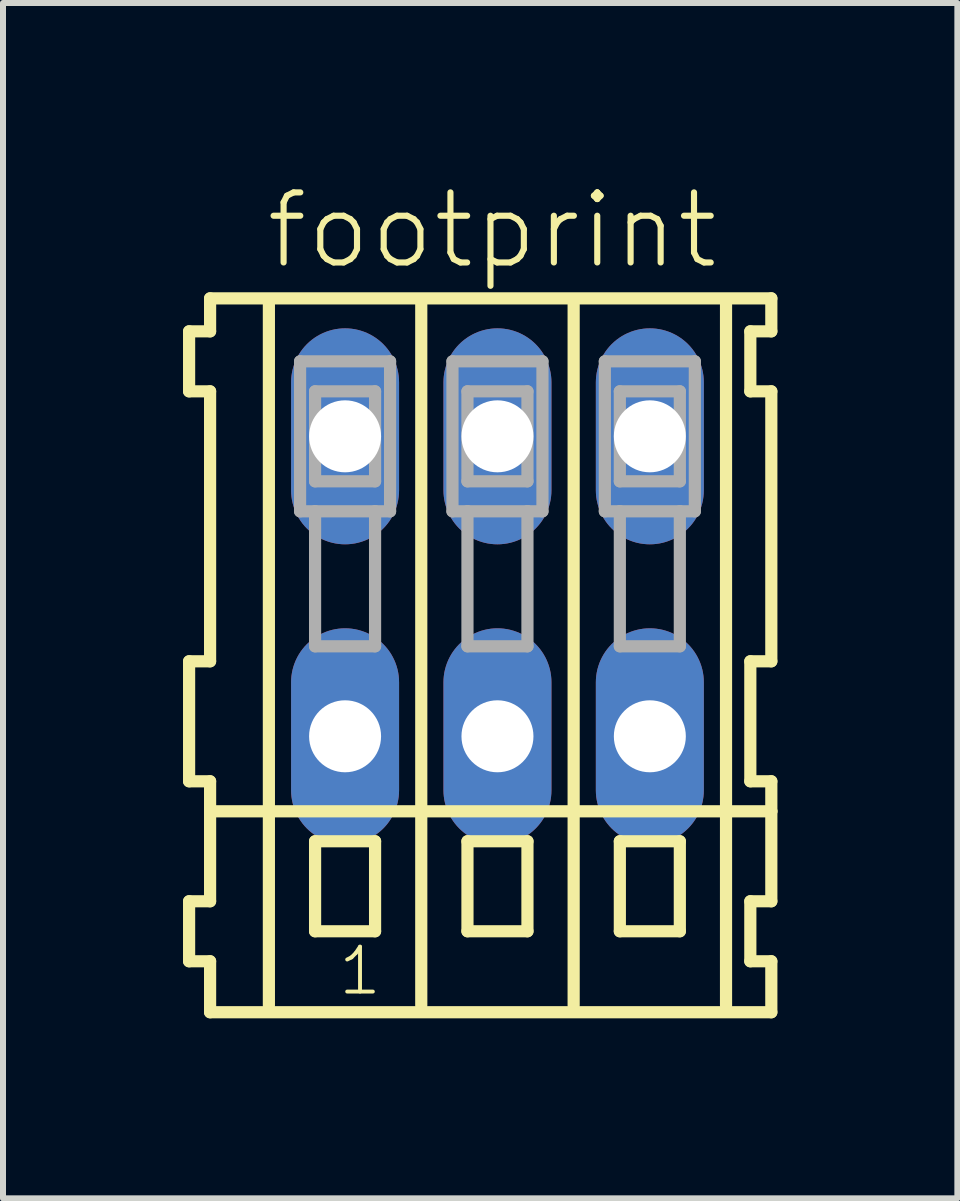
<source format=kicad_pcb>
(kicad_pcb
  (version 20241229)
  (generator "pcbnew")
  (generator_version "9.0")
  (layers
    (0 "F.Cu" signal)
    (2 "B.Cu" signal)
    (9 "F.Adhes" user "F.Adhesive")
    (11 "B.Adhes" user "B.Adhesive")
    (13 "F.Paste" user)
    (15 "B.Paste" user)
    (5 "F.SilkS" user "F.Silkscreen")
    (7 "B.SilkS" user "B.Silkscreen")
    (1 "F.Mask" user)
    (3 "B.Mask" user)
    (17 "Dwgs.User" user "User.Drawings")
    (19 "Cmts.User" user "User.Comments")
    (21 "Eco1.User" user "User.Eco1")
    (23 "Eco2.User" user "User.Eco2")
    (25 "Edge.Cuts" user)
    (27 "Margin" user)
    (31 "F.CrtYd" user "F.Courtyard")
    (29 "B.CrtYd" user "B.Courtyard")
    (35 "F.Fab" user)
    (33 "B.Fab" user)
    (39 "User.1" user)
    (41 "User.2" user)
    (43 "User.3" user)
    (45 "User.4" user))
  (footprint "footprint"
    (layer "F.Cu")
    (at 5.242 6.723)
    (property "Reference" "footprint" (at -3.91 -5.25 0) (layer "F.SilkS") (effects (font (size 1.168 1.168) (thickness 0.102)) (justify left bottom)))
    (fp_line (start -5.14 -4.25) (end -5.14 -3.25) (stroke (width 0.203) (type solid)) (layer "F.SilkS"))
    (fp_line (start -5.14 -3.25) (end -4.79 -3.25) (stroke (width 0.203) (type solid)) (layer "F.SilkS"))
    (fp_line (start -5.14 1.25) (end -5.14 3.25) (stroke (width 0.203) (type solid)) (layer "F.SilkS"))
    (fp_line (start -5.14 3.25) (end -4.79 3.25) (stroke (width 0.203) (type solid)) (layer "F.SilkS"))
    (fp_line (start -5.14 5.25) (end -5.14 6.25) (stroke (width 0.203) (type solid)) (layer "F.SilkS"))
    (fp_line (start -5.14 6.25) (end -4.79 6.25) (stroke (width 0.203) (type solid)) (layer "F.SilkS"))
    (fp_line (start -4.79 -4.8) (end -4.79 -4.25) (stroke (width 0.203) (type solid)) (layer "F.SilkS"))
    (fp_line (start -4.79 -4.25) (end -5.14 -4.25) (stroke (width 0.203) (type solid)) (layer "F.SilkS"))
    (fp_line (start -4.79 -3.25) (end -4.79 1.25) (stroke (width 0.203) (type solid)) (layer "F.SilkS"))
    (fp_line (start -4.79 1.25) (end -5.14 1.25) (stroke (width 0.203) (type solid)) (layer "F.SilkS"))
    (fp_line (start -4.79 3.25) (end -4.79 5.25) (stroke (width 0.203) (type solid)) (layer "F.SilkS"))
    (fp_line (start -4.79 3.75) (end 4.565 3.75) (stroke (width 0.203) (type solid)) (layer "F.SilkS"))
    (fp_line (start -4.79 5.25) (end -5.14 5.25) (stroke (width 0.203) (type solid)) (layer "F.SilkS"))
    (fp_line (start -4.79 6.25) (end -4.79 7.1) (stroke (width 0.203) (type solid)) (layer "F.SilkS"))
    (fp_line (start -4.79 7.1) (end 4.565 7.1) (stroke (width 0.203) (type solid)) (layer "F.SilkS"))
    (fp_line (start -3.81 6.985) (end -3.81 -4.699) (stroke (width 0.203) (type solid)) (layer "F.SilkS"))
    (fp_line (start -3.04 4.25) (end -3.04 5.75) (stroke (width 0.203) (type solid)) (layer "F.SilkS"))
    (fp_line (start -3.04 5.75) (end -2.04 5.75) (stroke (width 0.203) (type solid)) (layer "F.SilkS"))
    (fp_line (start -2.04 4.25) (end -3.04 4.25) (stroke (width 0.203) (type solid)) (layer "F.SilkS"))
    (fp_line (start -2.04 5.75) (end -2.04 4.25) (stroke (width 0.203) (type solid)) (layer "F.SilkS"))
    (fp_line (start -1.27 6.985) (end -1.27 -4.699) (stroke (width 0.203) (type solid)) (layer "F.SilkS"))
    (fp_line (start -0.5 4.25) (end -0.5 5.75) (stroke (width 0.203) (type solid)) (layer "F.SilkS"))
    (fp_line (start -0.5 5.75) (end 0.5 5.75) (stroke (width 0.203) (type solid)) (layer "F.SilkS"))
    (fp_line (start 0.5 4.25) (end -0.5 4.25) (stroke (width 0.203) (type solid)) (layer "F.SilkS"))
    (fp_line (start 0.5 5.75) (end 0.5 4.25) (stroke (width 0.203) (type solid)) (layer "F.SilkS"))
    (fp_line (start 1.27 6.985) (end 1.27 -4.699) (stroke (width 0.203) (type solid)) (layer "F.SilkS"))
    (fp_line (start 2.04 4.25) (end 2.04 5.75) (stroke (width 0.203) (type solid)) (layer "F.SilkS"))
    (fp_line (start 2.04 5.75) (end 3.04 5.75) (stroke (width 0.203) (type solid)) (layer "F.SilkS"))
    (fp_line (start 3.04 4.25) (end 2.04 4.25) (stroke (width 0.203) (type solid)) (layer "F.SilkS"))
    (fp_line (start 3.04 5.75) (end 3.04 4.25) (stroke (width 0.203) (type solid)) (layer "F.SilkS"))
    (fp_line (start 3.81 6.985) (end 3.81 -4.699) (stroke (width 0.203) (type solid)) (layer "F.SilkS"))
    (fp_line (start 4.215 -4.25) (end 4.215 -3.25) (stroke (width 0.203) (type solid)) (layer "F.SilkS"))
    (fp_line (start 4.215 -3.25) (end 4.565 -3.25) (stroke (width 0.203) (type solid)) (layer "F.SilkS"))
    (fp_line (start 4.215 1.25) (end 4.215 3.25) (stroke (width 0.203) (type solid)) (layer "F.SilkS"))
    (fp_line (start 4.215 3.25) (end 4.565 3.25) (stroke (width 0.203) (type solid)) (layer "F.SilkS"))
    (fp_line (start 4.215 5.25) (end 4.215 6.25) (stroke (width 0.203) (type solid)) (layer "F.SilkS"))
    (fp_line (start 4.215 6.25) (end 4.565 6.25) (stroke (width 0.203) (type solid)) (layer "F.SilkS"))
    (fp_line (start 4.565 -4.8) (end -4.79 -4.8) (stroke (width 0.203) (type solid)) (layer "F.SilkS"))
    (fp_line (start 4.565 -4.25) (end 4.215 -4.25) (stroke (width 0.203) (type solid)) (layer "F.SilkS"))
    (fp_line (start 4.565 -4.25) (end 4.565 -4.8) (stroke (width 0.203) (type solid)) (layer "F.SilkS"))
    (fp_line (start 4.565 1.25) (end 4.215 1.25) (stroke (width 0.203) (type solid)) (layer "F.SilkS"))
    (fp_line (start 4.565 1.25) (end 4.565 -3.25) (stroke (width 0.203) (type solid)) (layer "F.SilkS"))
    (fp_line (start 4.565 3.75) (end 4.565 3.25) (stroke (width 0.203) (type solid)) (layer "F.SilkS"))
    (fp_line (start 4.565 5.25) (end 4.215 5.25) (stroke (width 0.203) (type solid)) (layer "F.SilkS"))
    (fp_line (start 4.565 5.25) (end 4.565 3.75) (stroke (width 0.203) (type solid)) (layer "F.SilkS"))
    (fp_line (start 4.565 7.1) (end 4.565 6.25) (stroke (width 0.203) (type solid)) (layer "F.SilkS"))
    (fp_line (start -3.29 -3.75) (end -3.29 -1.25) (stroke (width 0.203) (type solid)) (layer "F.Fab"))
    (fp_line (start -3.29 -1.25) (end -3.04 -1.25) (stroke (width 0.203) (type solid)) (layer "F.Fab"))
    (fp_line (start -3.04 -3.25) (end -3.04 -1.75) (stroke (width 0.203) (type solid)) (layer "F.Fab"))
    (fp_line (start -3.04 -1.75) (end -2.04 -1.75) (stroke (width 0.203) (type solid)) (layer "F.Fab"))
    (fp_line (start -3.04 -1.25) (end -3.04 1) (stroke (width 0.203) (type solid)) (layer "F.Fab"))
    (fp_line (start -3.04 -1.25) (end -2.04 -1.25) (stroke (width 0.203) (type solid)) (layer "F.Fab"))
    (fp_line (start -3.04 1) (end -2.04 1) (stroke (width 0.203) (type solid)) (layer "F.Fab"))
    (fp_line (start -2.04 -3.25) (end -3.04 -3.25) (stroke (width 0.203) (type solid)) (layer "F.Fab"))
    (fp_line (start -2.04 -1.75) (end -2.04 -3.25) (stroke (width 0.203) (type solid)) (layer "F.Fab"))
    (fp_line (start -2.04 -1.25) (end -1.79 -1.25) (stroke (width 0.203) (type solid)) (layer "F.Fab"))
    (fp_line (start -2.04 1) (end -2.04 -1.25) (stroke (width 0.203) (type solid)) (layer "F.Fab"))
    (fp_line (start -1.79 -3.75) (end -3.29 -3.75) (stroke (width 0.203) (type solid)) (layer "F.Fab"))
    (fp_line (start -1.79 -1.25) (end -1.79 -3.75) (stroke (width 0.203) (type solid)) (layer "F.Fab"))
    (fp_line (start -0.75 -3.75) (end -0.75 -1.25) (stroke (width 0.203) (type solid)) (layer "F.Fab"))
    (fp_line (start -0.75 -1.25) (end -0.5 -1.25) (stroke (width 0.203) (type solid)) (layer "F.Fab"))
    (fp_line (start -0.5 -3.25) (end -0.5 -1.75) (stroke (width 0.203) (type solid)) (layer "F.Fab"))
    (fp_line (start -0.5 -1.75) (end 0.5 -1.75) (stroke (width 0.203) (type solid)) (layer "F.Fab"))
    (fp_line (start -0.5 -1.25) (end -0.5 1) (stroke (width 0.203) (type solid)) (layer "F.Fab"))
    (fp_line (start -0.5 -1.25) (end 0.5 -1.25) (stroke (width 0.203) (type solid)) (layer "F.Fab"))
    (fp_line (start -0.5 1) (end 0.5 1) (stroke (width 0.203) (type solid)) (layer "F.Fab"))
    (fp_line (start 0.5 -3.25) (end -0.5 -3.25) (stroke (width 0.203) (type solid)) (layer "F.Fab"))
    (fp_line (start 0.5 -1.75) (end 0.5 -3.25) (stroke (width 0.203) (type solid)) (layer "F.Fab"))
    (fp_line (start 0.5 -1.25) (end 0.75 -1.25) (stroke (width 0.203) (type solid)) (layer "F.Fab"))
    (fp_line (start 0.5 1) (end 0.5 -1.25) (stroke (width 0.203) (type solid)) (layer "F.Fab"))
    (fp_line (start 0.75 -3.75) (end -0.75 -3.75) (stroke (width 0.203) (type solid)) (layer "F.Fab"))
    (fp_line (start 0.75 -1.25) (end 0.75 -3.75) (stroke (width 0.203) (type solid)) (layer "F.Fab"))
    (fp_line (start 1.79 -3.75) (end 1.79 -1.25) (stroke (width 0.203) (type solid)) (layer "F.Fab"))
    (fp_line (start 1.79 -1.25) (end 2.04 -1.25) (stroke (width 0.203) (type solid)) (layer "F.Fab"))
    (fp_line (start 2.04 -3.25) (end 2.04 -1.75) (stroke (width 0.203) (type solid)) (layer "F.Fab"))
    (fp_line (start 2.04 -1.75) (end 3.04 -1.75) (stroke (width 0.203) (type solid)) (layer "F.Fab"))
    (fp_line (start 2.04 -1.25) (end 2.04 1) (stroke (width 0.203) (type solid)) (layer "F.Fab"))
    (fp_line (start 2.04 -1.25) (end 3.04 -1.25) (stroke (width 0.203) (type solid)) (layer "F.Fab"))
    (fp_line (start 2.04 1) (end 3.04 1) (stroke (width 0.203) (type solid)) (layer "F.Fab"))
    (fp_line (start 3.04 -3.25) (end 2.04 -3.25) (stroke (width 0.203) (type solid)) (layer "F.Fab"))
    (fp_line (start 3.04 -1.75) (end 3.04 -3.25) (stroke (width 0.203) (type solid)) (layer "F.Fab"))
    (fp_line (start 3.04 -1.25) (end 3.29 -1.25) (stroke (width 0.203) (type solid)) (layer "F.Fab"))
    (fp_line (start 3.04 1) (end 3.04 -1.25) (stroke (width 0.203) (type solid)) (layer "F.Fab"))
    (fp_line (start 3.29 -3.75) (end 1.79 -3.75) (stroke (width 0.203) (type solid)) (layer "F.Fab"))
    (fp_line (start 3.29 -1.25) (end 3.29 -3.75) (stroke (width 0.203) (type solid)) (layer "F.Fab"))
    (fp_text user "1" (at -2.69 6.85 0) (layer "F.SilkS") (effects (font (size 0.748 0.748) (thickness 0.065)) (justify left bottom)))
    (pad "A1" thru_hole oval (at -2.54 -2.5 90) (size 3.6 1.8) (drill 1.2) (layers "*.Cu" "*.Mask"))
    (pad "A2" thru_hole oval (at 0 -2.5 90) (size 3.6 1.8) (drill 1.2) (layers "*.Cu" "*.Mask"))
    (pad "A3" thru_hole oval (at 2.54 -2.5 90) (size 3.6 1.8) (drill 1.2) (layers "*.Cu" "*.Mask"))
    (pad "B1" thru_hole oval (at -2.54 2.5 90) (size 3.6 1.8) (drill 1.2) (layers "*.Cu" "*.Mask"))
    (pad "B2" thru_hole oval (at 0 2.5 90) (size 3.6 1.8) (drill 1.2) (layers "*.Cu" "*.Mask"))
    (pad "B3" thru_hole oval (at 2.54 2.5 90) (size 3.6 1.8) (drill 1.2) (layers "*.Cu" "*.Mask")))
  (gr_rect
    (start -3 -3)
    (end 12.908 16.925)
    (stroke (width 0.1) (type default))
    (fill no)
    (layer "Edge.Cuts")))
</source>
